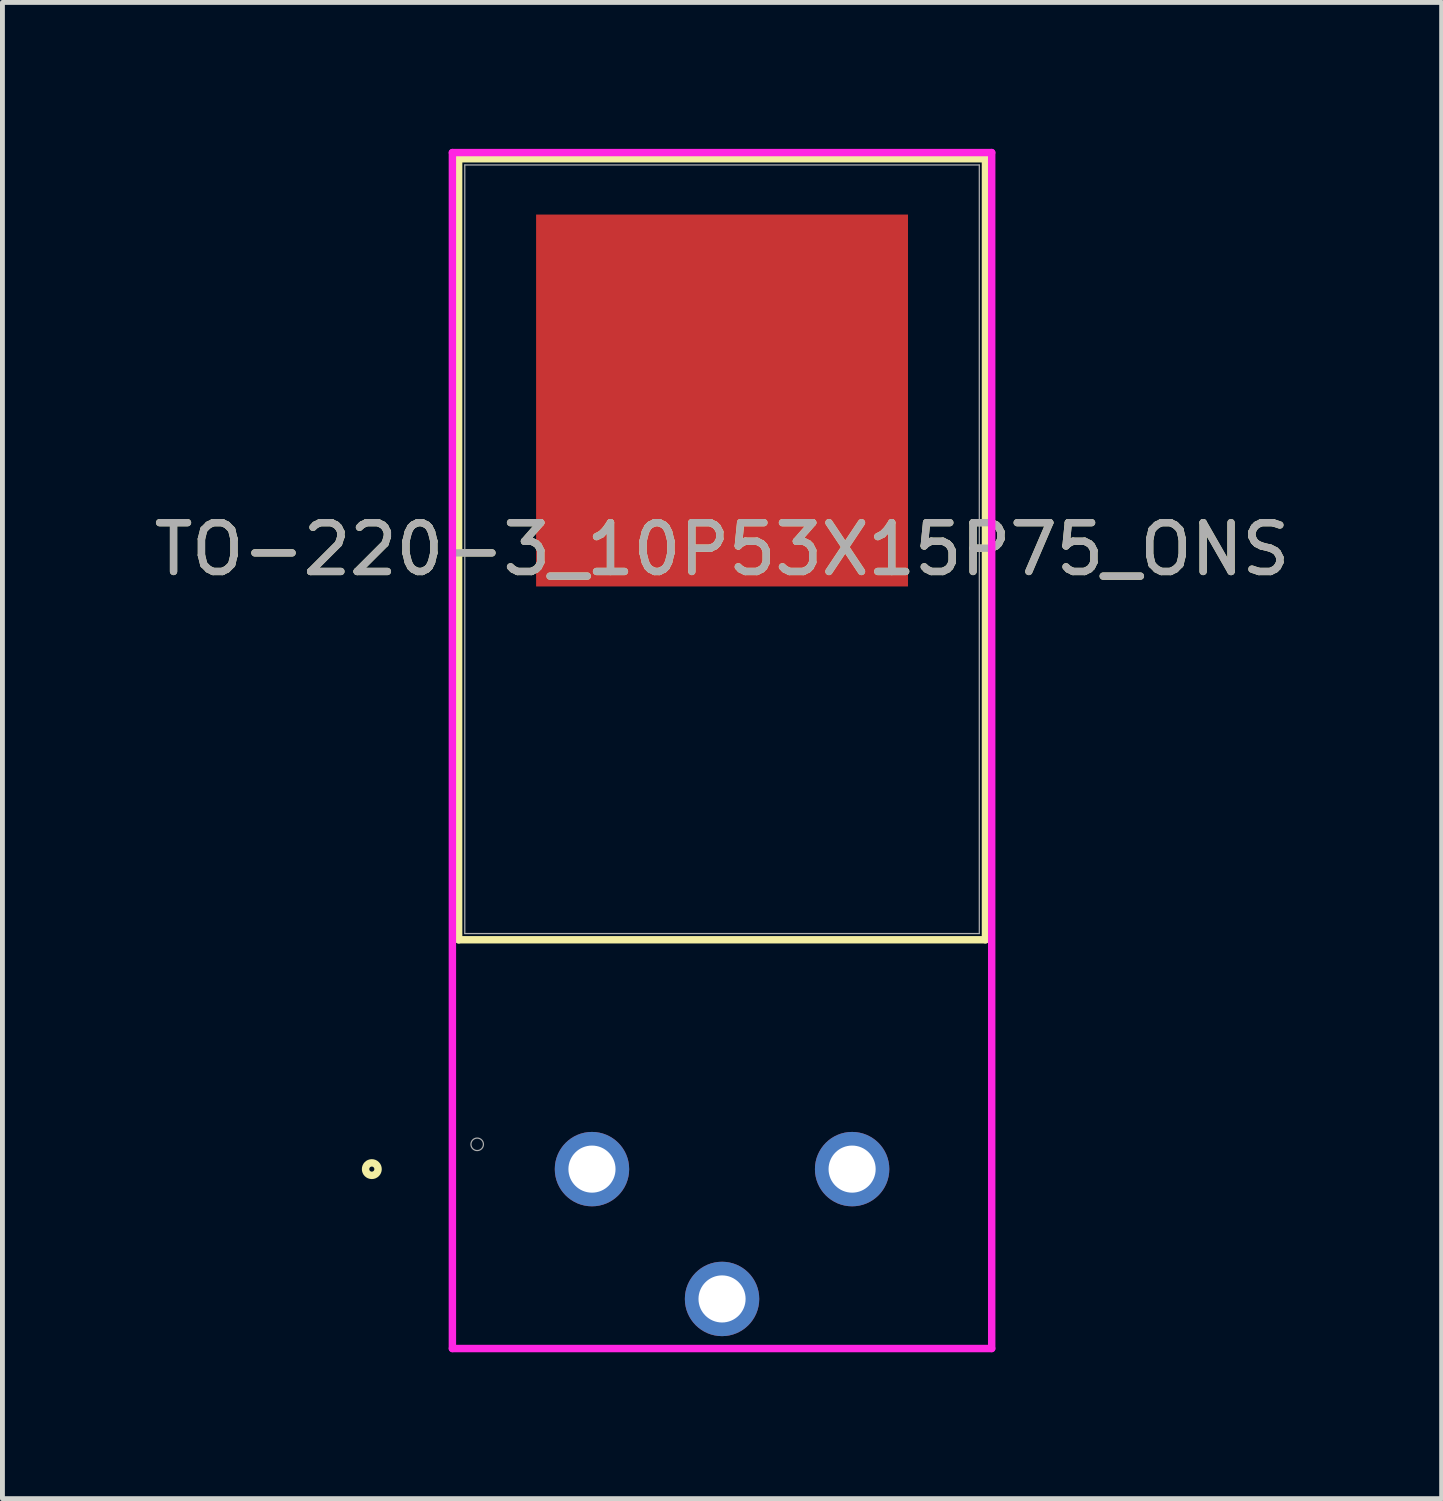
<source format=kicad_pcb>
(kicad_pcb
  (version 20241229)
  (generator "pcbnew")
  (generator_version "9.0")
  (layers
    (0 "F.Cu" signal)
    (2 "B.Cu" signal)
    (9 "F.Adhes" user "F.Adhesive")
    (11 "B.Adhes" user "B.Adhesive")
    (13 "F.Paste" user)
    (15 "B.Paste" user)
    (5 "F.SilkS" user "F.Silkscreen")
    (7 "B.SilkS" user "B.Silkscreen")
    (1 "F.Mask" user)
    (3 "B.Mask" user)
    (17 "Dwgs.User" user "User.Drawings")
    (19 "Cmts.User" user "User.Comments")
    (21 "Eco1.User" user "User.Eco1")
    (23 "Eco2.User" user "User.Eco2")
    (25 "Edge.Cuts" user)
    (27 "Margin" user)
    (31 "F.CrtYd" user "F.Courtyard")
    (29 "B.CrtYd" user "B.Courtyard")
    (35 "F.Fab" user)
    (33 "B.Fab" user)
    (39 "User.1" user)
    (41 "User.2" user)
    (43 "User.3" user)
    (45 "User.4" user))
  (footprint "TO-220-3_10P53X15P75_ONS"
    (layer "F.Cu")
    (at 9.079 20.904)
    (property "Reference" "TO-220-3_10P53X15P75_ONS" (at 2.665 -12.7 0) (unlocked yes) (layer "F.SilkS") (effects (font (size 1 1) (thickness 0.15))))
    (attr through_hole)
    (fp_line (start -2.732 -20.701) (end -2.732 -4.699) (stroke (width 0.152) (type solid)) (layer "F.SilkS"))
    (fp_line (start -2.732 -4.699) (end 8.062 -4.699) (stroke (width 0.152) (type solid)) (layer "F.SilkS"))
    (fp_line (start 8.062 -20.701) (end -2.732 -20.701) (stroke (width 0.152) (type solid)) (layer "F.SilkS"))
    (fp_line (start 8.062 -4.699) (end 8.062 -20.701) (stroke (width 0.152) (type solid)) (layer "F.SilkS"))
    (fp_circle (center -4.511 0) (end -4.383 0) (stroke (width 0.152) (type solid)) (fill no) (layer "F.SilkS"))
    (fp_line (start -2.86 -20.828) (end -2.86 3.676) (stroke (width 0.152) (type solid)) (layer "F.CrtYd"))
    (fp_line (start -2.86 3.676) (end 8.19 3.676) (stroke (width 0.152) (type solid)) (layer "F.CrtYd"))
    (fp_line (start 8.19 -20.828) (end -2.86 -20.828) (stroke (width 0.152) (type solid)) (layer "F.CrtYd"))
    (fp_line (start 8.19 3.676) (end 8.19 -20.828) (stroke (width 0.152) (type solid)) (layer "F.CrtYd"))
    (fp_line (start -2.606 -20.574) (end -2.606 -4.826) (stroke (width 0.025) (type solid)) (layer "F.Fab"))
    (fp_line (start -2.606 -4.826) (end 7.936 -4.826) (stroke (width 0.025) (type solid)) (layer "F.Fab"))
    (fp_line (start 7.936 -20.574) (end -2.606 -20.574) (stroke (width 0.025) (type solid)) (layer "F.Fab"))
    (fp_line (start 7.936 -4.826) (end 7.936 -20.574) (stroke (width 0.025) (type solid)) (layer "F.Fab"))
    (fp_circle (center -2.352 -0.508) (end -2.224 -0.508) (stroke (width 0.025) (type solid)) (fill no) (layer "F.Fab"))
    (fp_text user "${REFERENCE}" (at 2.665 -12.7 0) (unlocked yes) (layer "F.Fab") (effects (font (size 1 1) (thickness 0.15))))
    (pad "1" thru_hole circle (at 0 0) (size 1.524 1.524) (drill 0.965) (layers "*.Cu" "*.Mask"))
    (pad "2" thru_hole circle (at 2.665 2.66) (size 1.524 1.524) (drill 0.965) (layers "*.Cu" "*.Mask"))
    (pad "3" thru_hole circle (at 5.33 0) (size 1.524 1.524) (drill 0.965) (layers "*.Cu" "*.Mask"))
    (pad "4" smd rect (at 2.665 -15.748) (size 7.62 7.62) (layers "F.Cu" "F.Mask" "F.Paste")))
  (gr_rect
    (start -3 -3)
    (end 26.488 27.656)
    (stroke (width 0.1) (type default))
    (fill no)
    (layer "Edge.Cuts")))
</source>
